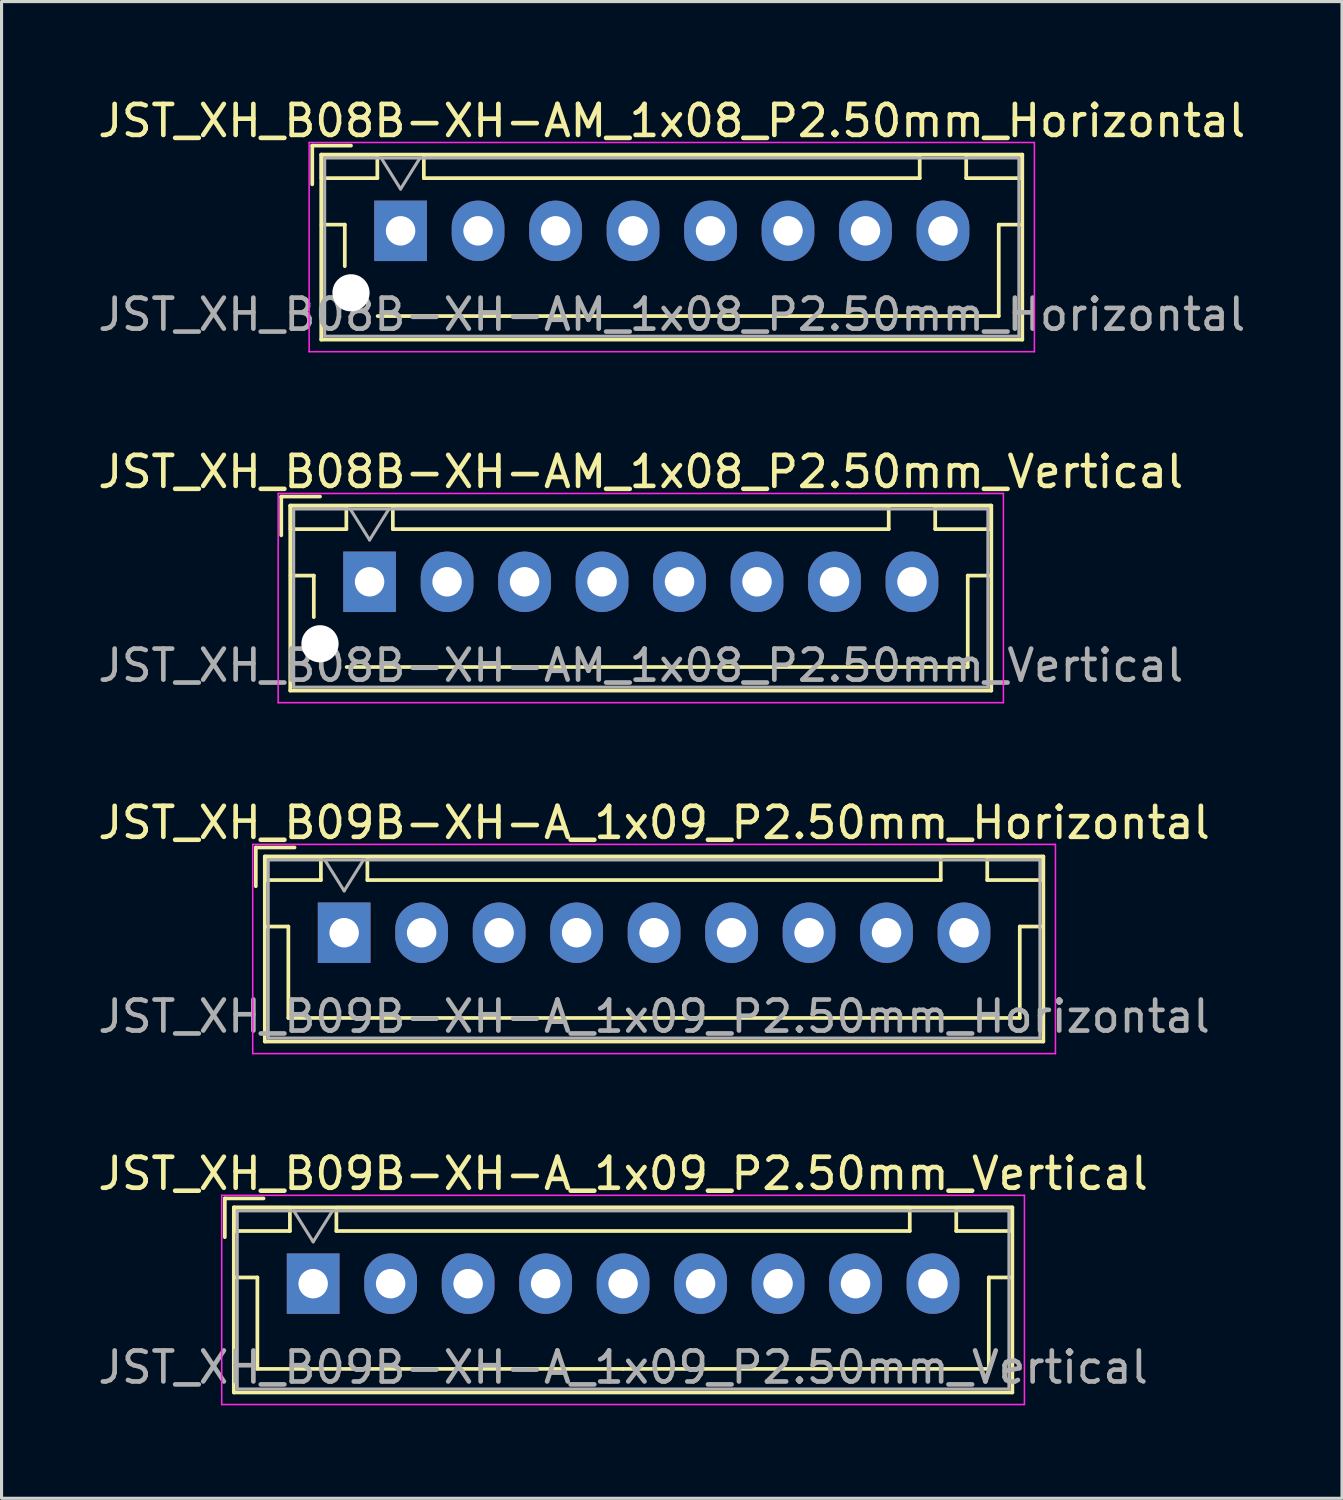
<source format=kicad_pcb>
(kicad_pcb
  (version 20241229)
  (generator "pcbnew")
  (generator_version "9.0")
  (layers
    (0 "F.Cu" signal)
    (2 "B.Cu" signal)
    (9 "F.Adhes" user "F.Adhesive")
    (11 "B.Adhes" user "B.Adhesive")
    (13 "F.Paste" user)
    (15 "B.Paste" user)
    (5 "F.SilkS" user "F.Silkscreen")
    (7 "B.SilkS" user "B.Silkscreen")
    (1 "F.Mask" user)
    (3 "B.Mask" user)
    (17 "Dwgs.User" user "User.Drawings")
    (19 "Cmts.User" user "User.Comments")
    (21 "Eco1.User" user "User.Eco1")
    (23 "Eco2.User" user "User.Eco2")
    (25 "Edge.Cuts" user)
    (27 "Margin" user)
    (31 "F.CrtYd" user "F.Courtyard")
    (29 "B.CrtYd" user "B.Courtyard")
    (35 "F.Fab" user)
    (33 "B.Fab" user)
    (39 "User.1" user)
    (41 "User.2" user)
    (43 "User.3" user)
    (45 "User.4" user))
  (footprint "JST_XH_B08B-XH-AM_1x08_P2.50mm_Vertical"
    (layer "F.Cu")
    (at 8.875 15.722)
    (property "Reference" "JST_XH_B08B-XH-AM_1x08_P2.50mm_Vertical" (at 8.75 -3.55 0) (layer "F.SilkS") (effects (font (size 1 1) (thickness 0.15))))
    (attr through_hole)
    (fp_line (start -2.85 -2.75) (end -2.85 -1.5) (stroke (width 0.12) (type solid)) (layer "F.SilkS"))
    (fp_line (start -2.56 -2.46) (end -2.56 3.51) (stroke (width 0.12) (type solid)) (layer "F.SilkS"))
    (fp_line (start -2.56 3.51) (end 20.06 3.51) (stroke (width 0.12) (type solid)) (layer "F.SilkS"))
    (fp_line (start -2.55 -2.45) (end -2.55 -1.7) (stroke (width 0.12) (type solid)) (layer "F.SilkS"))
    (fp_line (start -2.55 -1.7) (end -0.75 -1.7) (stroke (width 0.12) (type solid)) (layer "F.SilkS"))
    (fp_line (start -2.55 -0.2) (end -1.8 -0.2) (stroke (width 0.12) (type solid)) (layer "F.SilkS"))
    (fp_line (start -1.8 -0.2) (end -1.8 1.14) (stroke (width 0.12) (type solid)) (layer "F.SilkS"))
    (fp_line (start -1.6 -2.75) (end -2.85 -2.75) (stroke (width 0.12) (type solid)) (layer "F.SilkS"))
    (fp_line (start -0.75 -2.45) (end -2.55 -2.45) (stroke (width 0.12) (type solid)) (layer "F.SilkS"))
    (fp_line (start -0.75 -1.7) (end -0.75 -2.45) (stroke (width 0.12) (type solid)) (layer "F.SilkS"))
    (fp_line (start 0.75 -2.45) (end 0.75 -1.7) (stroke (width 0.12) (type solid)) (layer "F.SilkS"))
    (fp_line (start 0.75 -1.7) (end 16.75 -1.7) (stroke (width 0.12) (type solid)) (layer "F.SilkS"))
    (fp_line (start 8.75 2.75) (end -0.74 2.75) (stroke (width 0.12) (type solid)) (layer "F.SilkS"))
    (fp_line (start 16.75 -2.45) (end 0.75 -2.45) (stroke (width 0.12) (type solid)) (layer "F.SilkS"))
    (fp_line (start 16.75 -1.7) (end 16.75 -2.45) (stroke (width 0.12) (type solid)) (layer "F.SilkS"))
    (fp_line (start 18.25 -2.45) (end 18.25 -1.7) (stroke (width 0.12) (type solid)) (layer "F.SilkS"))
    (fp_line (start 18.25 -1.7) (end 20.05 -1.7) (stroke (width 0.12) (type solid)) (layer "F.SilkS"))
    (fp_line (start 19.3 -0.2) (end 19.3 2.75) (stroke (width 0.12) (type solid)) (layer "F.SilkS"))
    (fp_line (start 19.3 2.75) (end 8.75 2.75) (stroke (width 0.12) (type solid)) (layer "F.SilkS"))
    (fp_line (start 20.05 -2.45) (end 18.25 -2.45) (stroke (width 0.12) (type solid)) (layer "F.SilkS"))
    (fp_line (start 20.05 -1.7) (end 20.05 -2.45) (stroke (width 0.12) (type solid)) (layer "F.SilkS"))
    (fp_line (start 20.05 -0.2) (end 19.3 -0.2) (stroke (width 0.12) (type solid)) (layer "F.SilkS"))
    (fp_line (start 20.06 -2.46) (end -2.56 -2.46) (stroke (width 0.12) (type solid)) (layer "F.SilkS"))
    (fp_line (start 20.06 3.51) (end 20.06 -2.46) (stroke (width 0.12) (type solid)) (layer "F.SilkS"))
    (fp_line (start -2.95 -2.85) (end -2.95 3.9) (stroke (width 0.05) (type solid)) (layer "F.CrtYd"))
    (fp_line (start -2.95 3.9) (end 20.45 3.9) (stroke (width 0.05) (type solid)) (layer "F.CrtYd"))
    (fp_line (start 20.45 -2.85) (end -2.95 -2.85) (stroke (width 0.05) (type solid)) (layer "F.CrtYd"))
    (fp_line (start 20.45 3.9) (end 20.45 -2.85) (stroke (width 0.05) (type solid)) (layer "F.CrtYd"))
    (fp_line (start -2.45 -2.35) (end -2.45 3.4) (stroke (width 0.1) (type solid)) (layer "F.Fab"))
    (fp_line (start -2.45 3.4) (end 19.95 3.4) (stroke (width 0.1) (type solid)) (layer "F.Fab"))
    (fp_line (start -0.625 -2.35) (end 0 -1.35) (stroke (width 0.1) (type solid)) (layer "F.Fab"))
    (fp_line (start 0 -1.35) (end 0.625 -2.35) (stroke (width 0.1) (type solid)) (layer "F.Fab"))
    (fp_line (start 19.95 -2.35) (end -2.45 -2.35) (stroke (width 0.1) (type solid)) (layer "F.Fab"))
    (fp_line (start 19.95 3.4) (end 19.95 -2.35) (stroke (width 0.1) (type solid)) (layer "F.Fab"))
    (fp_text user "${REFERENCE}" (at 8.75 2.7 0) (layer "F.Fab") (effects (font (size 1 1) (thickness 0.15))))
    (pad "" np_thru_hole circle (at -1.6 2) (size 1.2 1.2) (drill 1.2) (layers "*.Cu" "*.Mask"))
    (pad "1" thru_hole rect (at 0 0) (size 1.7 1.95) (drill 0.95) (layers "*.Cu" "*.Mask"))
    (pad "2" thru_hole oval (at 2.5 0) (size 1.7 1.95) (drill 0.95) (layers "*.Cu" "*.Mask"))
    (pad "3" thru_hole oval (at 5 0) (size 1.7 1.95) (drill 0.95) (layers "*.Cu" "*.Mask"))
    (pad "4" thru_hole oval (at 7.5 0) (size 1.7 1.95) (drill 0.95) (layers "*.Cu" "*.Mask"))
    (pad "5" thru_hole oval (at 10 0) (size 1.7 1.95) (drill 0.95) (layers "*.Cu" "*.Mask"))
    (pad "6" thru_hole oval (at 12.5 0) (size 1.7 1.95) (drill 0.95) (layers "*.Cu" "*.Mask"))
    (pad "7" thru_hole oval (at 15 0) (size 1.7 1.95) (drill 0.95) (layers "*.Cu" "*.Mask"))
    (pad "8" thru_hole oval (at 17.5 0) (size 1.7 1.95) (drill 0.95) (layers "*.Cu" "*.Mask")))
  (footprint "JST_XH_B08B-XH-AM_1x08_P2.50mm_Horizontal"
    (layer "F.Cu")
    (at 9.875 4.398)
    (property "Reference" "JST_XH_B08B-XH-AM_1x08_P2.50mm_Horizontal" (at 8.75 -3.55 0) (layer "F.SilkS") (effects (font (size 1 1) (thickness 0.15))))
    (attr through_hole)
    (fp_line (start -2.85 -2.75) (end -2.85 -1.5) (stroke (width 0.12) (type solid)) (layer "F.SilkS"))
    (fp_line (start -2.56 -2.46) (end -2.56 3.51) (stroke (width 0.12) (type solid)) (layer "F.SilkS"))
    (fp_line (start -2.56 3.51) (end 20.06 3.51) (stroke (width 0.12) (type solid)) (layer "F.SilkS"))
    (fp_line (start -2.55 -2.45) (end -2.55 -1.7) (stroke (width 0.12) (type solid)) (layer "F.SilkS"))
    (fp_line (start -2.55 -1.7) (end -0.75 -1.7) (stroke (width 0.12) (type solid)) (layer "F.SilkS"))
    (fp_line (start -2.55 -0.2) (end -1.8 -0.2) (stroke (width 0.12) (type solid)) (layer "F.SilkS"))
    (fp_line (start -1.8 -0.2) (end -1.8 1.14) (stroke (width 0.12) (type solid)) (layer "F.SilkS"))
    (fp_line (start -1.6 -2.75) (end -2.85 -2.75) (stroke (width 0.12) (type solid)) (layer "F.SilkS"))
    (fp_line (start -0.75 -2.45) (end -2.55 -2.45) (stroke (width 0.12) (type solid)) (layer "F.SilkS"))
    (fp_line (start -0.75 -1.7) (end -0.75 -2.45) (stroke (width 0.12) (type solid)) (layer "F.SilkS"))
    (fp_line (start 0.75 -2.45) (end 0.75 -1.7) (stroke (width 0.12) (type solid)) (layer "F.SilkS"))
    (fp_line (start 0.75 -1.7) (end 16.75 -1.7) (stroke (width 0.12) (type solid)) (layer "F.SilkS"))
    (fp_line (start 8.75 2.75) (end -0.74 2.75) (stroke (width 0.12) (type solid)) (layer "F.SilkS"))
    (fp_line (start 16.75 -2.45) (end 0.75 -2.45) (stroke (width 0.12) (type solid)) (layer "F.SilkS"))
    (fp_line (start 16.75 -1.7) (end 16.75 -2.45) (stroke (width 0.12) (type solid)) (layer "F.SilkS"))
    (fp_line (start 18.25 -2.45) (end 18.25 -1.7) (stroke (width 0.12) (type solid)) (layer "F.SilkS"))
    (fp_line (start 18.25 -1.7) (end 20.05 -1.7) (stroke (width 0.12) (type solid)) (layer "F.SilkS"))
    (fp_line (start 19.3 -0.2) (end 19.3 2.75) (stroke (width 0.12) (type solid)) (layer "F.SilkS"))
    (fp_line (start 19.3 2.75) (end 8.75 2.75) (stroke (width 0.12) (type solid)) (layer "F.SilkS"))
    (fp_line (start 20.05 -2.45) (end 18.25 -2.45) (stroke (width 0.12) (type solid)) (layer "F.SilkS"))
    (fp_line (start 20.05 -1.7) (end 20.05 -2.45) (stroke (width 0.12) (type solid)) (layer "F.SilkS"))
    (fp_line (start 20.05 -0.2) (end 19.3 -0.2) (stroke (width 0.12) (type solid)) (layer "F.SilkS"))
    (fp_line (start 20.06 -2.46) (end -2.56 -2.46) (stroke (width 0.12) (type solid)) (layer "F.SilkS"))
    (fp_line (start 20.06 3.51) (end 20.06 -2.46) (stroke (width 0.12) (type solid)) (layer "F.SilkS"))
    (fp_line (start -2.95 -2.85) (end -2.95 3.9) (stroke (width 0.05) (type solid)) (layer "F.CrtYd"))
    (fp_line (start -2.95 3.9) (end 20.45 3.9) (stroke (width 0.05) (type solid)) (layer "F.CrtYd"))
    (fp_line (start 20.45 -2.85) (end -2.95 -2.85) (stroke (width 0.05) (type solid)) (layer "F.CrtYd"))
    (fp_line (start 20.45 3.9) (end 20.45 -2.85) (stroke (width 0.05) (type solid)) (layer "F.CrtYd"))
    (fp_line (start -2.45 -2.35) (end -2.45 3.4) (stroke (width 0.1) (type solid)) (layer "F.Fab"))
    (fp_line (start -2.45 3.4) (end 19.95 3.4) (stroke (width 0.1) (type solid)) (layer "F.Fab"))
    (fp_line (start -0.625 -2.35) (end 0 -1.35) (stroke (width 0.1) (type solid)) (layer "F.Fab"))
    (fp_line (start 0 -1.35) (end 0.625 -2.35) (stroke (width 0.1) (type solid)) (layer "F.Fab"))
    (fp_line (start 19.95 -2.35) (end -2.45 -2.35) (stroke (width 0.1) (type solid)) (layer "F.Fab"))
    (fp_line (start 19.95 3.4) (end 19.95 -2.35) (stroke (width 0.1) (type solid)) (layer "F.Fab"))
    (fp_text user "${REFERENCE}" (at 8.75 2.7 0) (layer "F.Fab") (effects (font (size 1 1) (thickness 0.15))))
    (pad "" np_thru_hole circle (at -1.6 2) (size 1.2 1.2) (drill 1.2) (layers "*.Cu" "*.Mask"))
    (pad "1" thru_hole rect (at 0 0) (size 1.7 1.95) (drill 0.95) (layers "*.Cu" "*.Mask"))
    (pad "2" thru_hole oval (at 2.5 0) (size 1.7 1.95) (drill 0.95) (layers "*.Cu" "*.Mask"))
    (pad "3" thru_hole oval (at 5 0) (size 1.7 1.95) (drill 0.95) (layers "*.Cu" "*.Mask"))
    (pad "4" thru_hole oval (at 7.5 0) (size 1.7 1.95) (drill 0.95) (layers "*.Cu" "*.Mask"))
    (pad "5" thru_hole oval (at 10 0) (size 1.7 1.95) (drill 0.95) (layers "*.Cu" "*.Mask"))
    (pad "6" thru_hole oval (at 12.5 0) (size 1.7 1.95) (drill 0.95) (layers "*.Cu" "*.Mask"))
    (pad "7" thru_hole oval (at 15 0) (size 1.7 1.95) (drill 0.95) (layers "*.Cu" "*.Mask"))
    (pad "8" thru_hole oval (at 17.5 0) (size 1.7 1.95) (drill 0.95) (layers "*.Cu" "*.Mask")))
  (footprint "JST_XH_B09B-XH-A_1x09_P2.50mm_Horizontal"
    (layer "F.Cu")
    (at 8.054 27.045)
    (property "Reference" "JST_XH_B09B-XH-A_1x09_P2.50mm_Horizontal" (at 10 -3.55 0) (layer "F.SilkS") (effects (font (size 1 1) (thickness 0.15))))
    (attr through_hole)
    (fp_line (start -2.85 -2.75) (end -2.85 -1.5) (stroke (width 0.12) (type solid)) (layer "F.SilkS"))
    (fp_line (start -2.56 -2.46) (end -2.56 3.51) (stroke (width 0.12) (type solid)) (layer "F.SilkS"))
    (fp_line (start -2.56 3.51) (end 22.56 3.51) (stroke (width 0.12) (type solid)) (layer "F.SilkS"))
    (fp_line (start -2.55 -2.45) (end -2.55 -1.7) (stroke (width 0.12) (type solid)) (layer "F.SilkS"))
    (fp_line (start -2.55 -1.7) (end -0.75 -1.7) (stroke (width 0.12) (type solid)) (layer "F.SilkS"))
    (fp_line (start -2.55 -0.2) (end -1.8 -0.2) (stroke (width 0.12) (type solid)) (layer "F.SilkS"))
    (fp_line (start -1.8 -0.2) (end -1.8 2.75) (stroke (width 0.12) (type solid)) (layer "F.SilkS"))
    (fp_line (start -1.8 2.75) (end 10 2.75) (stroke (width 0.12) (type solid)) (layer "F.SilkS"))
    (fp_line (start -1.6 -2.75) (end -2.85 -2.75) (stroke (width 0.12) (type solid)) (layer "F.SilkS"))
    (fp_line (start -0.75 -2.45) (end -2.55 -2.45) (stroke (width 0.12) (type solid)) (layer "F.SilkS"))
    (fp_line (start -0.75 -1.7) (end -0.75 -2.45) (stroke (width 0.12) (type solid)) (layer "F.SilkS"))
    (fp_line (start 0.75 -2.45) (end 0.75 -1.7) (stroke (width 0.12) (type solid)) (layer "F.SilkS"))
    (fp_line (start 0.75 -1.7) (end 19.25 -1.7) (stroke (width 0.12) (type solid)) (layer "F.SilkS"))
    (fp_line (start 19.25 -2.45) (end 0.75 -2.45) (stroke (width 0.12) (type solid)) (layer "F.SilkS"))
    (fp_line (start 19.25 -1.7) (end 19.25 -2.45) (stroke (width 0.12) (type solid)) (layer "F.SilkS"))
    (fp_line (start 20.75 -2.45) (end 20.75 -1.7) (stroke (width 0.12) (type solid)) (layer "F.SilkS"))
    (fp_line (start 20.75 -1.7) (end 22.55 -1.7) (stroke (width 0.12) (type solid)) (layer "F.SilkS"))
    (fp_line (start 21.8 -0.2) (end 21.8 2.75) (stroke (width 0.12) (type solid)) (layer "F.SilkS"))
    (fp_line (start 21.8 2.75) (end 10 2.75) (stroke (width 0.12) (type solid)) (layer "F.SilkS"))
    (fp_line (start 22.55 -2.45) (end 20.75 -2.45) (stroke (width 0.12) (type solid)) (layer "F.SilkS"))
    (fp_line (start 22.55 -1.7) (end 22.55 -2.45) (stroke (width 0.12) (type solid)) (layer "F.SilkS"))
    (fp_line (start 22.55 -0.2) (end 21.8 -0.2) (stroke (width 0.12) (type solid)) (layer "F.SilkS"))
    (fp_line (start 22.56 -2.46) (end -2.56 -2.46) (stroke (width 0.12) (type solid)) (layer "F.SilkS"))
    (fp_line (start 22.56 3.51) (end 22.56 -2.46) (stroke (width 0.12) (type solid)) (layer "F.SilkS"))
    (fp_line (start -2.95 -2.85) (end -2.95 3.9) (stroke (width 0.05) (type solid)) (layer "F.CrtYd"))
    (fp_line (start -2.95 3.9) (end 22.95 3.9) (stroke (width 0.05) (type solid)) (layer "F.CrtYd"))
    (fp_line (start 22.95 -2.85) (end -2.95 -2.85) (stroke (width 0.05) (type solid)) (layer "F.CrtYd"))
    (fp_line (start 22.95 3.9) (end 22.95 -2.85) (stroke (width 0.05) (type solid)) (layer "F.CrtYd"))
    (fp_line (start -2.45 -2.35) (end -2.45 3.4) (stroke (width 0.1) (type solid)) (layer "F.Fab"))
    (fp_line (start -2.45 3.4) (end 22.45 3.4) (stroke (width 0.1) (type solid)) (layer "F.Fab"))
    (fp_line (start -0.625 -2.35) (end 0 -1.35) (stroke (width 0.1) (type solid)) (layer "F.Fab"))
    (fp_line (start 0 -1.35) (end 0.625 -2.35) (stroke (width 0.1) (type solid)) (layer "F.Fab"))
    (fp_line (start 22.45 -2.35) (end -2.45 -2.35) (stroke (width 0.1) (type solid)) (layer "F.Fab"))
    (fp_line (start 22.45 3.4) (end 22.45 -2.35) (stroke (width 0.1) (type solid)) (layer "F.Fab"))
    (fp_text user "${REFERENCE}" (at 10 2.7 0) (layer "F.Fab") (effects (font (size 1 1) (thickness 0.15))))
    (pad "1" thru_hole rect (at 0 0) (size 1.7 1.95) (drill 0.95) (layers "*.Cu" "*.Mask"))
    (pad "2" thru_hole oval (at 2.5 0) (size 1.7 1.95) (drill 0.95) (layers "*.Cu" "*.Mask"))
    (pad "3" thru_hole oval (at 5 0) (size 1.7 1.95) (drill 0.95) (layers "*.Cu" "*.Mask"))
    (pad "4" thru_hole oval (at 7.5 0) (size 1.7 1.95) (drill 0.95) (layers "*.Cu" "*.Mask"))
    (pad "5" thru_hole oval (at 10 0) (size 1.7 1.95) (drill 0.95) (layers "*.Cu" "*.Mask"))
    (pad "6" thru_hole oval (at 12.5 0) (size 1.7 1.95) (drill 0.95) (layers "*.Cu" "*.Mask"))
    (pad "7" thru_hole oval (at 15 0) (size 1.7 1.95) (drill 0.95) (layers "*.Cu" "*.Mask"))
    (pad "8" thru_hole oval (at 17.5 0) (size 1.7 1.95) (drill 0.95) (layers "*.Cu" "*.Mask"))
    (pad "9" thru_hole oval (at 20 0) (size 1.7 1.95) (drill 0.95) (layers "*.Cu" "*.Mask")))
  (footprint "JST_XH_B09B-XH-A_1x09_P2.50mm_Vertical"
    (layer "F.Cu")
    (at 7.054 38.368)
    (property "Reference" "JST_XH_B09B-XH-A_1x09_P2.50mm_Vertical" (at 10 -3.55 0) (layer "F.SilkS") (effects (font (size 1 1) (thickness 0.15))))
    (attr through_hole)
    (fp_line (start -2.85 -2.75) (end -2.85 -1.5) (stroke (width 0.12) (type solid)) (layer "F.SilkS"))
    (fp_line (start -2.56 -2.46) (end -2.56 3.51) (stroke (width 0.12) (type solid)) (layer "F.SilkS"))
    (fp_line (start -2.56 3.51) (end 22.56 3.51) (stroke (width 0.12) (type solid)) (layer "F.SilkS"))
    (fp_line (start -2.55 -2.45) (end -2.55 -1.7) (stroke (width 0.12) (type solid)) (layer "F.SilkS"))
    (fp_line (start -2.55 -1.7) (end -0.75 -1.7) (stroke (width 0.12) (type solid)) (layer "F.SilkS"))
    (fp_line (start -2.55 -0.2) (end -1.8 -0.2) (stroke (width 0.12) (type solid)) (layer "F.SilkS"))
    (fp_line (start -1.8 -0.2) (end -1.8 2.75) (stroke (width 0.12) (type solid)) (layer "F.SilkS"))
    (fp_line (start -1.8 2.75) (end 10 2.75) (stroke (width 0.12) (type solid)) (layer "F.SilkS"))
    (fp_line (start -1.6 -2.75) (end -2.85 -2.75) (stroke (width 0.12) (type solid)) (layer "F.SilkS"))
    (fp_line (start -0.75 -2.45) (end -2.55 -2.45) (stroke (width 0.12) (type solid)) (layer "F.SilkS"))
    (fp_line (start -0.75 -1.7) (end -0.75 -2.45) (stroke (width 0.12) (type solid)) (layer "F.SilkS"))
    (fp_line (start 0.75 -2.45) (end 0.75 -1.7) (stroke (width 0.12) (type solid)) (layer "F.SilkS"))
    (fp_line (start 0.75 -1.7) (end 19.25 -1.7) (stroke (width 0.12) (type solid)) (layer "F.SilkS"))
    (fp_line (start 19.25 -2.45) (end 0.75 -2.45) (stroke (width 0.12) (type solid)) (layer "F.SilkS"))
    (fp_line (start 19.25 -1.7) (end 19.25 -2.45) (stroke (width 0.12) (type solid)) (layer "F.SilkS"))
    (fp_line (start 20.75 -2.45) (end 20.75 -1.7) (stroke (width 0.12) (type solid)) (layer "F.SilkS"))
    (fp_line (start 20.75 -1.7) (end 22.55 -1.7) (stroke (width 0.12) (type solid)) (layer "F.SilkS"))
    (fp_line (start 21.8 -0.2) (end 21.8 2.75) (stroke (width 0.12) (type solid)) (layer "F.SilkS"))
    (fp_line (start 21.8 2.75) (end 10 2.75) (stroke (width 0.12) (type solid)) (layer "F.SilkS"))
    (fp_line (start 22.55 -2.45) (end 20.75 -2.45) (stroke (width 0.12) (type solid)) (layer "F.SilkS"))
    (fp_line (start 22.55 -1.7) (end 22.55 -2.45) (stroke (width 0.12) (type solid)) (layer "F.SilkS"))
    (fp_line (start 22.55 -0.2) (end 21.8 -0.2) (stroke (width 0.12) (type solid)) (layer "F.SilkS"))
    (fp_line (start 22.56 -2.46) (end -2.56 -2.46) (stroke (width 0.12) (type solid)) (layer "F.SilkS"))
    (fp_line (start 22.56 3.51) (end 22.56 -2.46) (stroke (width 0.12) (type solid)) (layer "F.SilkS"))
    (fp_line (start -2.95 -2.85) (end -2.95 3.9) (stroke (width 0.05) (type solid)) (layer "F.CrtYd"))
    (fp_line (start -2.95 3.9) (end 22.95 3.9) (stroke (width 0.05) (type solid)) (layer "F.CrtYd"))
    (fp_line (start 22.95 -2.85) (end -2.95 -2.85) (stroke (width 0.05) (type solid)) (layer "F.CrtYd"))
    (fp_line (start 22.95 3.9) (end 22.95 -2.85) (stroke (width 0.05) (type solid)) (layer "F.CrtYd"))
    (fp_line (start -2.45 -2.35) (end -2.45 3.4) (stroke (width 0.1) (type solid)) (layer "F.Fab"))
    (fp_line (start -2.45 3.4) (end 22.45 3.4) (stroke (width 0.1) (type solid)) (layer "F.Fab"))
    (fp_line (start -0.625 -2.35) (end 0 -1.35) (stroke (width 0.1) (type solid)) (layer "F.Fab"))
    (fp_line (start 0 -1.35) (end 0.625 -2.35) (stroke (width 0.1) (type solid)) (layer "F.Fab"))
    (fp_line (start 22.45 -2.35) (end -2.45 -2.35) (stroke (width 0.1) (type solid)) (layer "F.Fab"))
    (fp_line (start 22.45 3.4) (end 22.45 -2.35) (stroke (width 0.1) (type solid)) (layer "F.Fab"))
    (fp_text user "${REFERENCE}" (at 10 2.7 0) (layer "F.Fab") (effects (font (size 1 1) (thickness 0.15))))
    (pad "1" thru_hole rect (at 0 0) (size 1.7 1.95) (drill 0.95) (layers "*.Cu" "*.Mask"))
    (pad "2" thru_hole oval (at 2.5 0) (size 1.7 1.95) (drill 0.95) (layers "*.Cu" "*.Mask"))
    (pad "3" thru_hole oval (at 5 0) (size 1.7 1.95) (drill 0.95) (layers "*.Cu" "*.Mask"))
    (pad "4" thru_hole oval (at 7.5 0) (size 1.7 1.95) (drill 0.95) (layers "*.Cu" "*.Mask"))
    (pad "5" thru_hole oval (at 10 0) (size 1.7 1.95) (drill 0.95) (layers "*.Cu" "*.Mask"))
    (pad "6" thru_hole oval (at 12.5 0) (size 1.7 1.95) (drill 0.95) (layers "*.Cu" "*.Mask"))
    (pad "7" thru_hole oval (at 15 0) (size 1.7 1.95) (drill 0.95) (layers "*.Cu" "*.Mask"))
    (pad "8" thru_hole oval (at 17.5 0) (size 1.7 1.95) (drill 0.95) (layers "*.Cu" "*.Mask"))
    (pad "9" thru_hole oval (at 20 0) (size 1.7 1.95) (drill 0.95) (layers "*.Cu" "*.Mask")))
  (gr_rect
    (start -3 -3)
    (end 40.25 45.293)
    (stroke (width 0.1) (type default))
    (fill no)
    (layer "Edge.Cuts")))
</source>
